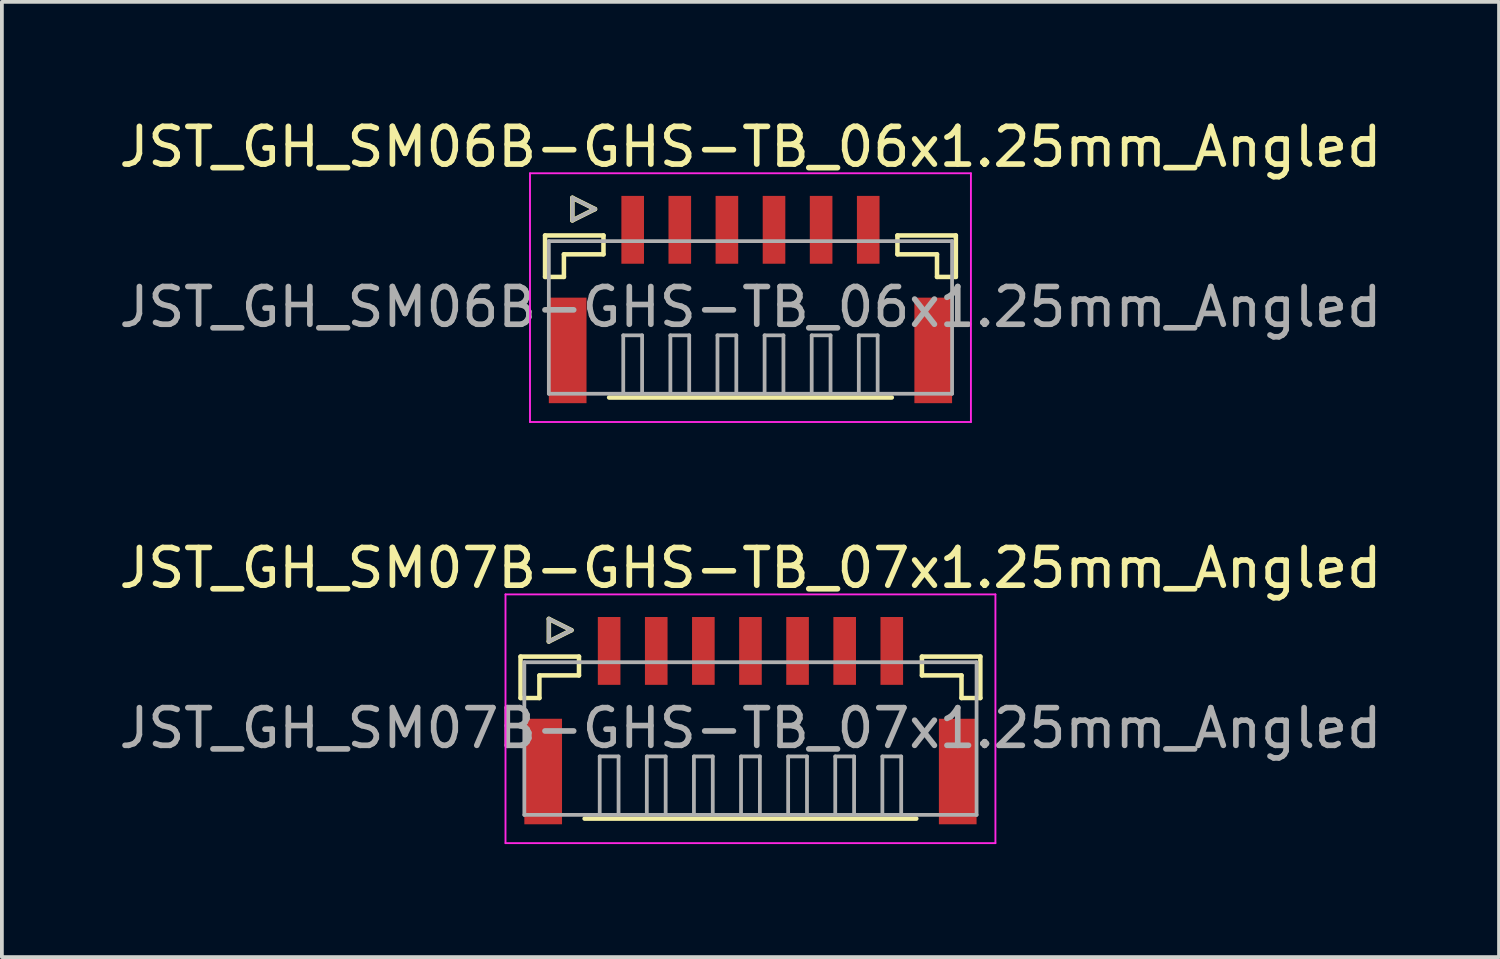
<source format=kicad_pcb>
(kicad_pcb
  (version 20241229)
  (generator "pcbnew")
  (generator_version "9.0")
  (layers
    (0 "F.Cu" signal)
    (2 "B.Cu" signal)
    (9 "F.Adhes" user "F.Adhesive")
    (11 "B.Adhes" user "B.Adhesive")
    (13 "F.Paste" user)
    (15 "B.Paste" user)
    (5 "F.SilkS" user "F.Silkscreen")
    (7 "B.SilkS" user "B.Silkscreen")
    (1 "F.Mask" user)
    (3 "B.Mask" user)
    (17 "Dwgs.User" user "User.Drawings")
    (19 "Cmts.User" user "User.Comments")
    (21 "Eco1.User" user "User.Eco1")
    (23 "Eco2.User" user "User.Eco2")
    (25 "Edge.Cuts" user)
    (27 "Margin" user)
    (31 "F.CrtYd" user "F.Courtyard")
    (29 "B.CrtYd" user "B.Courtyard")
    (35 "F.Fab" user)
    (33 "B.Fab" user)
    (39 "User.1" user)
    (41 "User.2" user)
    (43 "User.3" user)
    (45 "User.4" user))
  (footprint "JST_GH_SM07B-GHS-TB_07x1.25mm_Angled"
    (layer "F.Cu")
    (at 16.863 15.822)
    (property "Reference" "JST_GH_SM07B-GHS-TB_07x1.25mm_Angled" (at 0 -3.8 0) (layer "F.SilkS") (effects (font (size 1 1) (thickness 0.15))))
    (attr smd)
    (fp_line (start -6.1 -1.45) (end -4.55 -1.45) (stroke (width 0.12) (type solid)) (layer "F.SilkS"))
    (fp_line (start -6.1 -0.35) (end -6.1 -1.45) (stroke (width 0.12) (type solid)) (layer "F.SilkS"))
    (fp_line (start -5.6 -0.95) (end -5.6 -0.35) (stroke (width 0.12) (type solid)) (layer "F.SilkS"))
    (fp_line (start -5.6 -0.35) (end -6.1 -0.35) (stroke (width 0.12) (type solid)) (layer "F.SilkS"))
    (fp_line (start -5.35 -2.45) (end -5.35 -1.85) (stroke (width 0.12) (type solid)) (layer "F.SilkS"))
    (fp_line (start -5.35 -1.85) (end -4.75 -2.15) (stroke (width 0.12) (type solid)) (layer "F.SilkS"))
    (fp_line (start -4.75 -2.15) (end -5.35 -2.45) (stroke (width 0.12) (type solid)) (layer "F.SilkS"))
    (fp_line (start -4.55 -1.45) (end -4.55 -0.95) (stroke (width 0.12) (type solid)) (layer "F.SilkS"))
    (fp_line (start -4.55 -0.95) (end -5.6 -0.95) (stroke (width 0.12) (type solid)) (layer "F.SilkS"))
    (fp_line (start -4.4 2.85) (end 4.4 2.85) (stroke (width 0.12) (type solid)) (layer "F.SilkS"))
    (fp_line (start 4.55 -1.45) (end 4.55 -0.95) (stroke (width 0.12) (type solid)) (layer "F.SilkS"))
    (fp_line (start 4.55 -0.95) (end 5.6 -0.95) (stroke (width 0.12) (type solid)) (layer "F.SilkS"))
    (fp_line (start 5.6 -0.95) (end 5.6 -0.35) (stroke (width 0.12) (type solid)) (layer "F.SilkS"))
    (fp_line (start 5.6 -0.35) (end 6.1 -0.35) (stroke (width 0.12) (type solid)) (layer "F.SilkS"))
    (fp_line (start 6.1 -1.45) (end 4.55 -1.45) (stroke (width 0.12) (type solid)) (layer "F.SilkS"))
    (fp_line (start 6.1 -0.35) (end 6.1 -1.45) (stroke (width 0.12) (type solid)) (layer "F.SilkS"))
    (fp_line (start -6.5 -3.1) (end -6.5 3.5) (stroke (width 0.05) (type solid)) (layer "F.CrtYd"))
    (fp_line (start -6.5 3.5) (end 6.5 3.5) (stroke (width 0.05) (type solid)) (layer "F.CrtYd"))
    (fp_line (start 6.5 -3.1) (end -6.5 -3.1) (stroke (width 0.05) (type solid)) (layer "F.CrtYd"))
    (fp_line (start 6.5 3.5) (end 6.5 -3.1) (stroke (width 0.05) (type solid)) (layer "F.CrtYd"))
    (fp_line (start -6 -1.3) (end -6 2.75) (stroke (width 0.1) (type solid)) (layer "F.Fab"))
    (fp_line (start -6 2.75) (end 6 2.75) (stroke (width 0.1) (type solid)) (layer "F.Fab"))
    (fp_line (start -5.35 -2.45) (end -5.35 -1.85) (stroke (width 0.1) (type solid)) (layer "F.Fab"))
    (fp_line (start -5.35 -1.85) (end -4.75 -2.15) (stroke (width 0.1) (type solid)) (layer "F.Fab"))
    (fp_line (start -4.75 -2.15) (end -5.35 -2.45) (stroke (width 0.1) (type solid)) (layer "F.Fab"))
    (fp_line (start -4 1.2) (end -3.5 1.2) (stroke (width 0.1) (type solid)) (layer "F.Fab"))
    (fp_line (start -4 2.7) (end -4 1.2) (stroke (width 0.1) (type solid)) (layer "F.Fab"))
    (fp_line (start -3.5 1.2) (end -3.5 2.7) (stroke (width 0.1) (type solid)) (layer "F.Fab"))
    (fp_line (start -2.75 1.2) (end -2.25 1.2) (stroke (width 0.1) (type solid)) (layer "F.Fab"))
    (fp_line (start -2.75 2.7) (end -2.75 1.2) (stroke (width 0.1) (type solid)) (layer "F.Fab"))
    (fp_line (start -2.25 1.2) (end -2.25 2.7) (stroke (width 0.1) (type solid)) (layer "F.Fab"))
    (fp_line (start -1.5 1.2) (end -1 1.2) (stroke (width 0.1) (type solid)) (layer "F.Fab"))
    (fp_line (start -1.5 2.7) (end -1.5 1.2) (stroke (width 0.1) (type solid)) (layer "F.Fab"))
    (fp_line (start -1 1.2) (end -1 2.7) (stroke (width 0.1) (type solid)) (layer "F.Fab"))
    (fp_line (start -0.25 1.2) (end 0.25 1.2) (stroke (width 0.1) (type solid)) (layer "F.Fab"))
    (fp_line (start -0.25 2.7) (end -0.25 1.2) (stroke (width 0.1) (type solid)) (layer "F.Fab"))
    (fp_line (start 0.25 1.2) (end 0.25 2.7) (stroke (width 0.1) (type solid)) (layer "F.Fab"))
    (fp_line (start 1 1.2) (end 1.5 1.2) (stroke (width 0.1) (type solid)) (layer "F.Fab"))
    (fp_line (start 1 2.7) (end 1 1.2) (stroke (width 0.1) (type solid)) (layer "F.Fab"))
    (fp_line (start 1.5 1.2) (end 1.5 2.7) (stroke (width 0.1) (type solid)) (layer "F.Fab"))
    (fp_line (start 2.25 1.2) (end 2.75 1.2) (stroke (width 0.1) (type solid)) (layer "F.Fab"))
    (fp_line (start 2.25 2.7) (end 2.25 1.2) (stroke (width 0.1) (type solid)) (layer "F.Fab"))
    (fp_line (start 2.75 1.2) (end 2.75 2.7) (stroke (width 0.1) (type solid)) (layer "F.Fab"))
    (fp_line (start 3.5 1.2) (end 4 1.2) (stroke (width 0.1) (type solid)) (layer "F.Fab"))
    (fp_line (start 3.5 2.7) (end 3.5 1.2) (stroke (width 0.1) (type solid)) (layer "F.Fab"))
    (fp_line (start 4 1.2) (end 4 2.7) (stroke (width 0.1) (type solid)) (layer "F.Fab"))
    (fp_line (start 6 -1.3) (end -6 -1.3) (stroke (width 0.1) (type solid)) (layer "F.Fab"))
    (fp_line (start 6 2.75) (end 6 -1.3) (stroke (width 0.1) (type solid)) (layer "F.Fab"))
    (fp_text user "${REFERENCE}" (at 0 0.45 0) (layer "F.Fab") (effects (font (size 1 1) (thickness 0.15))))
    (pad "" smd rect (at -5.5 1.6) (size 1 2.8) (layers "F.Cu" "F.Mask" "F.Paste"))
    (pad "" smd rect (at 5.5 1.6) (size 1 2.8) (layers "F.Cu" "F.Mask" "F.Paste"))
    (pad "1" smd rect (at -3.75 -1.6) (size 0.6 1.8) (layers "F.Cu" "F.Mask" "F.Paste"))
    (pad "2" smd rect (at -2.5 -1.6) (size 0.6 1.8) (layers "F.Cu" "F.Mask" "F.Paste"))
    (pad "3" smd rect (at -1.25 -1.6) (size 0.6 1.8) (layers "F.Cu" "F.Mask" "F.Paste"))
    (pad "4" smd rect (at 0 -1.6) (size 0.6 1.8) (layers "F.Cu" "F.Mask" "F.Paste"))
    (pad "5" smd rect (at 1.25 -1.6) (size 0.6 1.8) (layers "F.Cu" "F.Mask" "F.Paste"))
    (pad "6" smd rect (at 2.5 -1.6) (size 0.6 1.8) (layers "F.Cu" "F.Mask" "F.Paste"))
    (pad "7" smd rect (at 3.75 -1.6) (size 0.6 1.8) (layers "F.Cu" "F.Mask" "F.Paste")))
  (footprint "JST_GH_SM06B-GHS-TB_06x1.25mm_Angled"
    (layer "F.Cu")
    (at 16.863 4.648)
    (property "Reference" "JST_GH_SM06B-GHS-TB_06x1.25mm_Angled" (at 0 -3.8 0) (layer "F.SilkS") (effects (font (size 1 1) (thickness 0.15))))
    (attr smd)
    (fp_line (start -5.45 -1.45) (end -3.9 -1.45) (stroke (width 0.12) (type solid)) (layer "F.SilkS"))
    (fp_line (start -5.45 -0.35) (end -5.45 -1.45) (stroke (width 0.12) (type solid)) (layer "F.SilkS"))
    (fp_line (start -4.95 -0.95) (end -4.95 -0.35) (stroke (width 0.12) (type solid)) (layer "F.SilkS"))
    (fp_line (start -4.95 -0.35) (end -5.45 -0.35) (stroke (width 0.12) (type solid)) (layer "F.SilkS"))
    (fp_line (start -4.725 -2.45) (end -4.725 -1.85) (stroke (width 0.12) (type solid)) (layer "F.SilkS"))
    (fp_line (start -4.725 -1.85) (end -4.125 -2.15) (stroke (width 0.12) (type solid)) (layer "F.SilkS"))
    (fp_line (start -4.125 -2.15) (end -4.725 -2.45) (stroke (width 0.12) (type solid)) (layer "F.SilkS"))
    (fp_line (start -3.9 -1.45) (end -3.9 -0.95) (stroke (width 0.12) (type solid)) (layer "F.SilkS"))
    (fp_line (start -3.9 -0.95) (end -4.95 -0.95) (stroke (width 0.12) (type solid)) (layer "F.SilkS"))
    (fp_line (start -3.75 2.85) (end 3.75 2.85) (stroke (width 0.12) (type solid)) (layer "F.SilkS"))
    (fp_line (start 3.9 -1.45) (end 3.9 -0.95) (stroke (width 0.12) (type solid)) (layer "F.SilkS"))
    (fp_line (start 3.9 -0.95) (end 4.95 -0.95) (stroke (width 0.12) (type solid)) (layer "F.SilkS"))
    (fp_line (start 4.95 -0.95) (end 4.95 -0.35) (stroke (width 0.12) (type solid)) (layer "F.SilkS"))
    (fp_line (start 4.95 -0.35) (end 5.45 -0.35) (stroke (width 0.12) (type solid)) (layer "F.SilkS"))
    (fp_line (start 5.45 -1.45) (end 3.9 -1.45) (stroke (width 0.12) (type solid)) (layer "F.SilkS"))
    (fp_line (start 5.45 -0.35) (end 5.45 -1.45) (stroke (width 0.12) (type solid)) (layer "F.SilkS"))
    (fp_line (start -5.85 -3.1) (end -5.85 3.5) (stroke (width 0.05) (type solid)) (layer "F.CrtYd"))
    (fp_line (start -5.85 3.5) (end 5.85 3.5) (stroke (width 0.05) (type solid)) (layer "F.CrtYd"))
    (fp_line (start 5.85 -3.1) (end -5.85 -3.1) (stroke (width 0.05) (type solid)) (layer "F.CrtYd"))
    (fp_line (start 5.85 3.5) (end 5.85 -3.1) (stroke (width 0.05) (type solid)) (layer "F.CrtYd"))
    (fp_line (start -5.35 -1.3) (end -5.35 2.75) (stroke (width 0.1) (type solid)) (layer "F.Fab"))
    (fp_line (start -5.35 2.75) (end 5.35 2.75) (stroke (width 0.1) (type solid)) (layer "F.Fab"))
    (fp_line (start -4.725 -2.45) (end -4.725 -1.85) (stroke (width 0.1) (type solid)) (layer "F.Fab"))
    (fp_line (start -4.725 -1.85) (end -4.125 -2.15) (stroke (width 0.1) (type solid)) (layer "F.Fab"))
    (fp_line (start -4.125 -2.15) (end -4.725 -2.45) (stroke (width 0.1) (type solid)) (layer "F.Fab"))
    (fp_line (start -3.375 1.2) (end -2.875 1.2) (stroke (width 0.1) (type solid)) (layer "F.Fab"))
    (fp_line (start -3.375 2.7) (end -3.375 1.2) (stroke (width 0.1) (type solid)) (layer "F.Fab"))
    (fp_line (start -2.875 1.2) (end -2.875 2.7) (stroke (width 0.1) (type solid)) (layer "F.Fab"))
    (fp_line (start -2.125 1.2) (end -1.625 1.2) (stroke (width 0.1) (type solid)) (layer "F.Fab"))
    (fp_line (start -2.125 2.7) (end -2.125 1.2) (stroke (width 0.1) (type solid)) (layer "F.Fab"))
    (fp_line (start -1.625 1.2) (end -1.625 2.7) (stroke (width 0.1) (type solid)) (layer "F.Fab"))
    (fp_line (start -0.875 1.2) (end -0.375 1.2) (stroke (width 0.1) (type solid)) (layer "F.Fab"))
    (fp_line (start -0.875 2.7) (end -0.875 1.2) (stroke (width 0.1) (type solid)) (layer "F.Fab"))
    (fp_line (start -0.375 1.2) (end -0.375 2.7) (stroke (width 0.1) (type solid)) (layer "F.Fab"))
    (fp_line (start 0.375 1.2) (end 0.875 1.2) (stroke (width 0.1) (type solid)) (layer "F.Fab"))
    (fp_line (start 0.375 2.7) (end 0.375 1.2) (stroke (width 0.1) (type solid)) (layer "F.Fab"))
    (fp_line (start 0.875 1.2) (end 0.875 2.7) (stroke (width 0.1) (type solid)) (layer "F.Fab"))
    (fp_line (start 1.625 1.2) (end 2.125 1.2) (stroke (width 0.1) (type solid)) (layer "F.Fab"))
    (fp_line (start 1.625 2.7) (end 1.625 1.2) (stroke (width 0.1) (type solid)) (layer "F.Fab"))
    (fp_line (start 2.125 1.2) (end 2.125 2.7) (stroke (width 0.1) (type solid)) (layer "F.Fab"))
    (fp_line (start 2.875 1.2) (end 3.375 1.2) (stroke (width 0.1) (type solid)) (layer "F.Fab"))
    (fp_line (start 2.875 2.7) (end 2.875 1.2) (stroke (width 0.1) (type solid)) (layer "F.Fab"))
    (fp_line (start 3.375 1.2) (end 3.375 2.7) (stroke (width 0.1) (type solid)) (layer "F.Fab"))
    (fp_line (start 5.35 -1.3) (end -5.35 -1.3) (stroke (width 0.1) (type solid)) (layer "F.Fab"))
    (fp_line (start 5.35 2.75) (end 5.35 -1.3) (stroke (width 0.1) (type solid)) (layer "F.Fab"))
    (fp_text user "${REFERENCE}" (at 0 0.45 0) (layer "F.Fab") (effects (font (size 1 1) (thickness 0.15))))
    (pad "" smd rect (at -4.85 1.6) (size 1 2.8) (layers "F.Cu" "F.Mask" "F.Paste"))
    (pad "" smd rect (at 4.85 1.6) (size 1 2.8) (layers "F.Cu" "F.Mask" "F.Paste"))
    (pad "1" smd rect (at -3.125 -1.6) (size 0.6 1.8) (layers "F.Cu" "F.Mask" "F.Paste"))
    (pad "2" smd rect (at -1.875 -1.6) (size 0.6 1.8) (layers "F.Cu" "F.Mask" "F.Paste"))
    (pad "3" smd rect (at -0.625 -1.6) (size 0.6 1.8) (layers "F.Cu" "F.Mask" "F.Paste"))
    (pad "4" smd rect (at 0.625 -1.6) (size 0.6 1.8) (layers "F.Cu" "F.Mask" "F.Paste"))
    (pad "5" smd rect (at 1.875 -1.6) (size 0.6 1.8) (layers "F.Cu" "F.Mask" "F.Paste"))
    (pad "6" smd rect (at 3.125 -1.6) (size 0.6 1.8) (layers "F.Cu" "F.Mask" "F.Paste")))
  (gr_rect
    (start -3 -3)
    (end 36.726 22.346)
    (stroke (width 0.1) (type default))
    (fill no)
    (layer "Edge.Cuts")))
</source>
